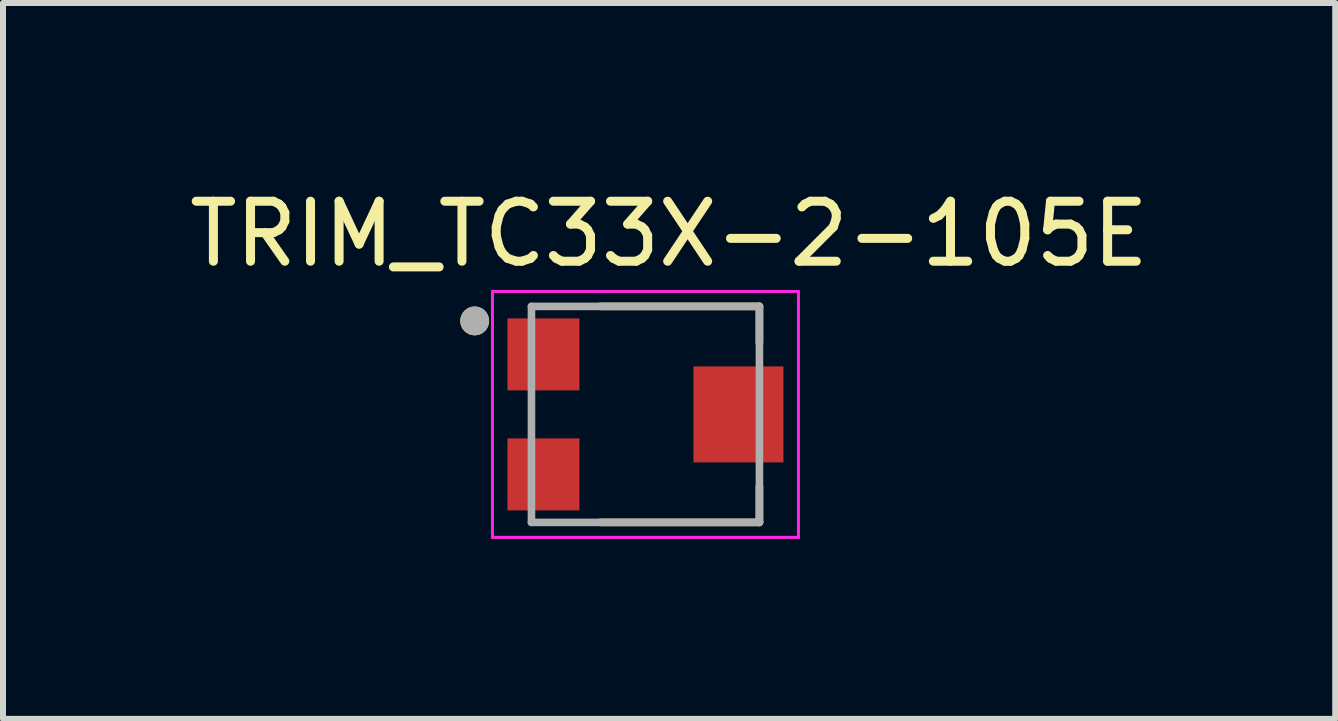
<source format=kicad_pcb>
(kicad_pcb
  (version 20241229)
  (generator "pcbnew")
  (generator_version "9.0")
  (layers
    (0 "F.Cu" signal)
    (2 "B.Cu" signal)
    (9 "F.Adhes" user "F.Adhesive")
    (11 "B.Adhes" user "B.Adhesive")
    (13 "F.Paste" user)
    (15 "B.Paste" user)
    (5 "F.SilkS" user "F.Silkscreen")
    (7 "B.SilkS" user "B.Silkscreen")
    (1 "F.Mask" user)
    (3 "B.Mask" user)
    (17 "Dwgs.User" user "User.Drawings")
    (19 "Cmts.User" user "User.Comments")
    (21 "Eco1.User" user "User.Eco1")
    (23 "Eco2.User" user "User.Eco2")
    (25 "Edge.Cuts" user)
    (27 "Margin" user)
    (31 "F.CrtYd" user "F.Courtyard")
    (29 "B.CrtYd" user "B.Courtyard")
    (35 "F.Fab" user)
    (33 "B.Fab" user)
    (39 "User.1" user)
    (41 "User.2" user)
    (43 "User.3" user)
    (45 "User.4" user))
  (footprint "TRIM_TC33X-2-105E"
    (layer "F.Cu")
    (at 7.808 3.857)
    (property "Reference" "TRIM_TC33X-2-105E" (at 0.294 -3.008 0) (layer "F.SilkS") (effects (font (size 1 1) (thickness 0.15))))
    (attr smd)
    (fp_line (start -0.85 -1.8) (end 1.8 -1.8) (stroke (width 0.127) (type solid)) (layer "F.SilkS"))
    (fp_line (start -0.85 1.8) (end 1.8 1.8) (stroke (width 0.127) (type solid)) (layer "F.SilkS"))
    (fp_line (start 1.8 -1.8) (end 1.8 -1.2) (stroke (width 0.127) (type solid)) (layer "F.SilkS"))
    (fp_line (start 1.8 1.8) (end 1.8 1.2) (stroke (width 0.127) (type solid)) (layer "F.SilkS"))
    (fp_circle (center -2.946 -1.558) (end -2.826 -1.558) (stroke (width 0.24) (type solid)) (fill no) (layer "F.SilkS"))
    (fp_line (start -2.65 -2.05) (end 2.45 -2.05) (stroke (width 0.05) (type solid)) (layer "F.CrtYd"))
    (fp_line (start -2.65 2.05) (end -2.65 -2.05) (stroke (width 0.05) (type solid)) (layer "F.CrtYd"))
    (fp_line (start 2.45 -2.05) (end 2.45 2.05) (stroke (width 0.05) (type solid)) (layer "F.CrtYd"))
    (fp_line (start 2.45 2.05) (end -2.65 2.05) (stroke (width 0.05) (type solid)) (layer "F.CrtYd"))
    (fp_line (start -2 -1.8) (end 1.8 -1.8) (stroke (width 0.127) (type solid)) (layer "F.Fab"))
    (fp_line (start -2 1.8) (end -2 -1.8) (stroke (width 0.127) (type solid)) (layer "F.Fab"))
    (fp_line (start 1.8 -1.8) (end 1.8 1.8) (stroke (width 0.127) (type solid)) (layer "F.Fab"))
    (fp_line (start 1.8 1.8) (end -2 1.8) (stroke (width 0.127) (type solid)) (layer "F.Fab"))
    (fp_circle (center -2.946 -1.558) (end -2.826 -1.558) (stroke (width 0.24) (type solid)) (fill no) (layer "F.Fab"))
    (pad "1" smd rect (at -1.8 -1) (size 1.2 1.2) (layers "F.Cu" "F.Mask" "F.Paste"))
    (pad "2" smd rect (at 1.45 0) (size 1.5 1.6) (layers "F.Cu" "F.Mask" "F.Paste"))
    (pad "3" smd rect (at -1.8 1) (size 1.2 1.2) (layers "F.Cu" "F.Mask" "F.Paste")))
  (gr_rect
    (start -3 -3)
    (end 19.205 8.932)
    (stroke (width 0.1) (type default))
    (fill no)
    (layer "Edge.Cuts")))
</source>
